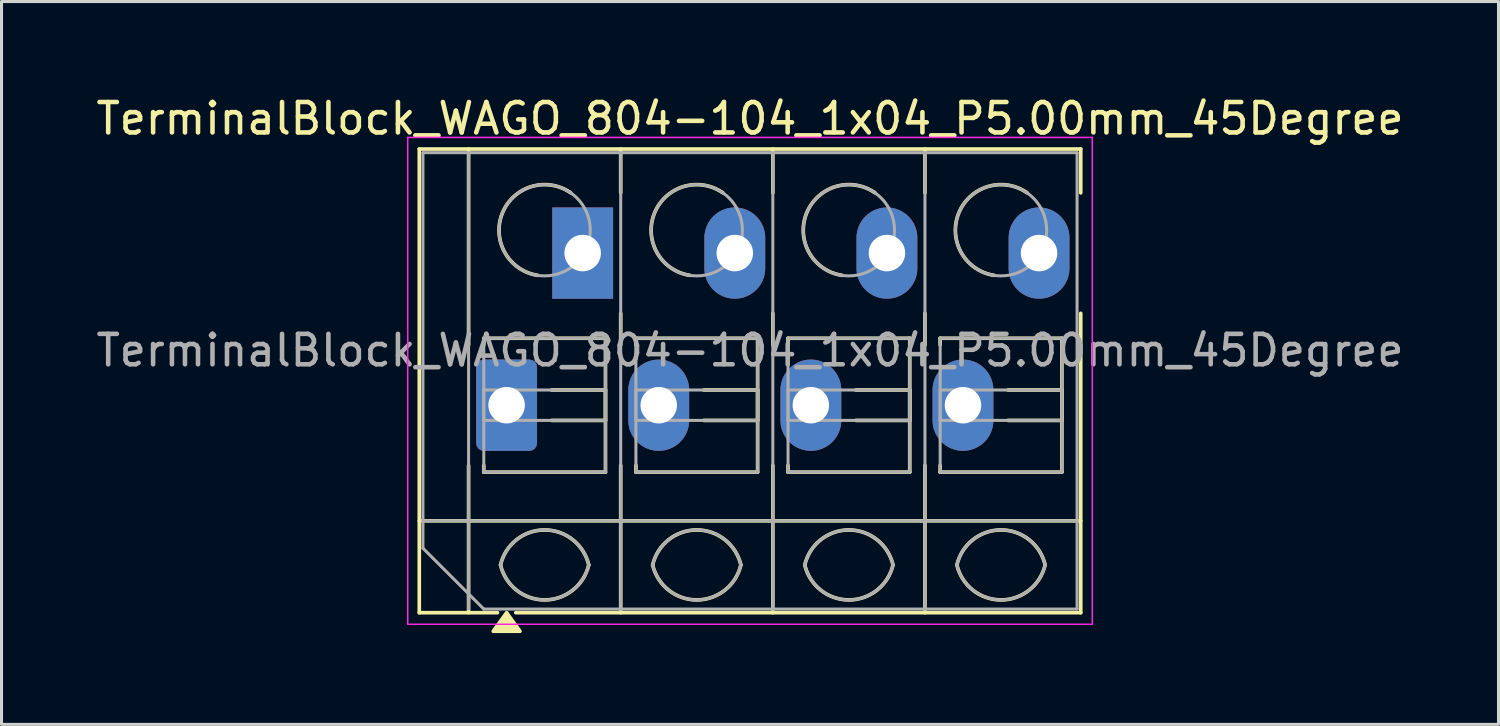
<source format=kicad_pcb>
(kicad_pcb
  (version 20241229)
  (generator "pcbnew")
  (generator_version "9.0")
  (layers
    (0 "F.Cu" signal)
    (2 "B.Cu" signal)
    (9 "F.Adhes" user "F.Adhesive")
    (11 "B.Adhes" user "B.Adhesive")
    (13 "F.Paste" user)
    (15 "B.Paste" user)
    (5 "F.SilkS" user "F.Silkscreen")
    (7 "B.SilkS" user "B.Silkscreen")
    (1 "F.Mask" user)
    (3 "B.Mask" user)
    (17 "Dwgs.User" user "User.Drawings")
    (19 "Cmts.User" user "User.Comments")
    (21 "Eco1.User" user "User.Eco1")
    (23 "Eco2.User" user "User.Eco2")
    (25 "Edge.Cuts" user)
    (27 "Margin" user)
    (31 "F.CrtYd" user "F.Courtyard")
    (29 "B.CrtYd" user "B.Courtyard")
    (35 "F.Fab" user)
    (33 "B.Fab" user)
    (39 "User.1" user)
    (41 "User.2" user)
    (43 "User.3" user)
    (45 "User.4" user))
  (footprint "TerminalBlock_WAGO_804-104_1x04_P5.00mm_45Degree"
    (layer "F.Cu")
    (at 13.601 10.268)
    (property "Reference" "TerminalBlock_WAGO_804-104_1x04_P5.00mm_45Degree" (at 8 -9.42 0) (layer "F.SilkS") (effects (font (size 1 1) (thickness 0.15))))
    (attr through_hole)
    (fp_line (start -2.87 -8.42) (end -2.87 6.82) (stroke (width 0.12) (type solid)) (layer "F.SilkS"))
    (fp_line (start -2.87 -8.42) (end 18.87 -8.42) (stroke (width 0.12) (type solid)) (layer "F.SilkS"))
    (fp_line (start -2.87 3.8) (end 18.87 3.8) (stroke (width 0.12) (type solid)) (layer "F.SilkS"))
    (fp_line (start -2.87 6.82) (end -0.3 6.82) (stroke (width 0.12) (type solid)) (layer "F.SilkS"))
    (fp_line (start -1.25 -8.42) (end -1.25 -1.98) (stroke (width 0.12) (type solid)) (layer "F.SilkS"))
    (fp_line (start -1.25 1.98) (end -1.25 6.82) (stroke (width 0.12) (type solid)) (layer "F.SilkS"))
    (fp_line (start -0.75 -2.2) (end -0.75 -1.98) (stroke (width 0.12) (type solid)) (layer "F.SilkS"))
    (fp_line (start -0.75 -2.2) (end 3.25 -2.2) (stroke (width 0.12) (type solid)) (layer "F.SilkS"))
    (fp_line (start -0.75 1.98) (end -0.75 2.2) (stroke (width 0.12) (type solid)) (layer "F.SilkS"))
    (fp_line (start -0.75 2.2) (end 3.25 2.2) (stroke (width 0.12) (type solid)) (layer "F.SilkS"))
    (fp_line (start 0.3 6.82) (end 18.87 6.82) (stroke (width 0.12) (type solid)) (layer "F.SilkS"))
    (fp_line (start 1.48 -0.5) (end 3.25 -0.5) (stroke (width 0.12) (type solid)) (layer "F.SilkS"))
    (fp_line (start 1.48 0.5) (end 3.25 0.5) (stroke (width 0.12) (type solid)) (layer "F.SilkS"))
    (fp_line (start 3.25 -2.2) (end 3.25 2.2) (stroke (width 0.12) (type solid)) (layer "F.SilkS"))
    (fp_line (start 3.25 -0.5) (end 3.25 0.5) (stroke (width 0.12) (type solid)) (layer "F.SilkS"))
    (fp_line (start 3.75 -8.42) (end 3.75 -6.98) (stroke (width 0.12) (type solid)) (layer "F.SilkS"))
    (fp_line (start 3.75 -3.02) (end 3.75 -1.98) (stroke (width 0.12) (type solid)) (layer "F.SilkS"))
    (fp_line (start 3.75 1.98) (end 3.75 6.82) (stroke (width 0.12) (type solid)) (layer "F.SilkS"))
    (fp_line (start 4.25 -2.2) (end 4.25 -1.98) (stroke (width 0.12) (type solid)) (layer "F.SilkS"))
    (fp_line (start 4.25 -2.2) (end 8.25 -2.2) (stroke (width 0.12) (type solid)) (layer "F.SilkS"))
    (fp_line (start 4.25 1.98) (end 4.25 2.2) (stroke (width 0.12) (type solid)) (layer "F.SilkS"))
    (fp_line (start 4.25 2.2) (end 8.25 2.2) (stroke (width 0.12) (type solid)) (layer "F.SilkS"))
    (fp_line (start 6.48 -0.5) (end 8.25 -0.5) (stroke (width 0.12) (type solid)) (layer "F.SilkS"))
    (fp_line (start 6.48 0.5) (end 8.25 0.5) (stroke (width 0.12) (type solid)) (layer "F.SilkS"))
    (fp_line (start 8.25 -2.2) (end 8.25 2.2) (stroke (width 0.12) (type solid)) (layer "F.SilkS"))
    (fp_line (start 8.25 -0.5) (end 8.25 0.5) (stroke (width 0.12) (type solid)) (layer "F.SilkS"))
    (fp_line (start 8.75 -8.42) (end 8.75 -6.98) (stroke (width 0.12) (type solid)) (layer "F.SilkS"))
    (fp_line (start 8.75 -3.02) (end 8.75 -1.98) (stroke (width 0.12) (type solid)) (layer "F.SilkS"))
    (fp_line (start 8.75 1.98) (end 8.75 6.82) (stroke (width 0.12) (type solid)) (layer "F.SilkS"))
    (fp_line (start 9.25 -2.2) (end 9.25 -1.98) (stroke (width 0.12) (type solid)) (layer "F.SilkS"))
    (fp_line (start 9.25 -2.2) (end 13.25 -2.2) (stroke (width 0.12) (type solid)) (layer "F.SilkS"))
    (fp_line (start 9.25 1.98) (end 9.25 2.2) (stroke (width 0.12) (type solid)) (layer "F.SilkS"))
    (fp_line (start 9.25 2.2) (end 13.25 2.2) (stroke (width 0.12) (type solid)) (layer "F.SilkS"))
    (fp_line (start 11.48 -0.5) (end 13.25 -0.5) (stroke (width 0.12) (type solid)) (layer "F.SilkS"))
    (fp_line (start 11.48 0.5) (end 13.25 0.5) (stroke (width 0.12) (type solid)) (layer "F.SilkS"))
    (fp_line (start 13.25 -2.2) (end 13.25 2.2) (stroke (width 0.12) (type solid)) (layer "F.SilkS"))
    (fp_line (start 13.25 -0.5) (end 13.25 0.5) (stroke (width 0.12) (type solid)) (layer "F.SilkS"))
    (fp_line (start 13.75 -8.42) (end 13.75 -6.98) (stroke (width 0.12) (type solid)) (layer "F.SilkS"))
    (fp_line (start 13.75 -3.02) (end 13.75 -1.98) (stroke (width 0.12) (type solid)) (layer "F.SilkS"))
    (fp_line (start 13.75 1.98) (end 13.75 6.82) (stroke (width 0.12) (type solid)) (layer "F.SilkS"))
    (fp_line (start 14.25 -2.2) (end 14.25 -1.98) (stroke (width 0.12) (type solid)) (layer "F.SilkS"))
    (fp_line (start 14.25 -2.2) (end 18.25 -2.2) (stroke (width 0.12) (type solid)) (layer "F.SilkS"))
    (fp_line (start 14.25 1.98) (end 14.25 2.2) (stroke (width 0.12) (type solid)) (layer "F.SilkS"))
    (fp_line (start 14.25 2.2) (end 18.25 2.2) (stroke (width 0.12) (type solid)) (layer "F.SilkS"))
    (fp_line (start 16.48 -0.5) (end 18.25 -0.5) (stroke (width 0.12) (type solid)) (layer "F.SilkS"))
    (fp_line (start 16.48 0.5) (end 18.25 0.5) (stroke (width 0.12) (type solid)) (layer "F.SilkS"))
    (fp_line (start 18.25 -2.2) (end 18.25 2.2) (stroke (width 0.12) (type solid)) (layer "F.SilkS"))
    (fp_line (start 18.25 -0.5) (end 18.25 0.5) (stroke (width 0.12) (type solid)) (layer "F.SilkS"))
    (fp_line (start 18.87 -8.42) (end 18.87 -6.98) (stroke (width 0.12) (type solid)) (layer "F.SilkS"))
    (fp_line (start 18.87 -3.02) (end 18.87 6.82) (stroke (width 0.12) (type solid)) (layer "F.SilkS"))
    (fp_arc (start -0.2 5.25) (mid 1.25 4.1) (end 2.7 5.25) (stroke (width 0.12) (type solid)) (layer "F.SilkS"))
    (fp_arc (start 1.02 -4.268) (mid -0.141916 -6.309209) (end 2.109 -6.98) (stroke (width 0.12) (type solid)) (layer "F.SilkS"))
    (fp_arc (start 2.7 5.25) (mid 1.25 6.4) (end -0.2 5.25) (stroke (width 0.12) (type solid)) (layer "F.SilkS"))
    (fp_arc (start 4.8 5.25) (mid 6.25 4.1) (end 7.7 5.25) (stroke (width 0.12) (type solid)) (layer "F.SilkS"))
    (fp_arc (start 6.02 -4.268) (mid 4.858084 -6.309209) (end 7.109 -6.98) (stroke (width 0.12) (type solid)) (layer "F.SilkS"))
    (fp_arc (start 7.7 5.25) (mid 6.25 6.4) (end 4.8 5.25) (stroke (width 0.12) (type solid)) (layer "F.SilkS"))
    (fp_arc (start 9.8 5.25) (mid 11.25 4.1) (end 12.7 5.25) (stroke (width 0.12) (type solid)) (layer "F.SilkS"))
    (fp_arc (start 11.02 -4.268) (mid 9.858084 -6.309209) (end 12.109 -6.98) (stroke (width 0.12) (type solid)) (layer "F.SilkS"))
    (fp_arc (start 12.7 5.25) (mid 11.25 6.4) (end 9.8 5.25) (stroke (width 0.12) (type solid)) (layer "F.SilkS"))
    (fp_arc (start 14.8 5.25) (mid 16.25 4.1) (end 17.7 5.25) (stroke (width 0.12) (type solid)) (layer "F.SilkS"))
    (fp_arc (start 16.02 -4.268) (mid 14.858084 -6.309209) (end 17.109 -6.98) (stroke (width 0.12) (type solid)) (layer "F.SilkS"))
    (fp_arc (start 17.7 5.25) (mid 16.25 6.4) (end 14.8 5.25) (stroke (width 0.12) (type solid)) (layer "F.SilkS"))
    (fp_poly (pts (xy 0 6.82) (xy 0.44 7.43) (xy -0.44 7.43)) (stroke (width 0.12) (type solid)) (fill yes) (layer "F.SilkS"))
    (fp_line (start -3.25 -8.8) (end -3.25 7.2) (stroke (width 0.05) (type solid)) (layer "F.CrtYd"))
    (fp_line (start -3.25 7.2) (end 19.25 7.2) (stroke (width 0.05) (type solid)) (layer "F.CrtYd"))
    (fp_line (start 19.25 -8.8) (end -3.25 -8.8) (stroke (width 0.05) (type solid)) (layer "F.CrtYd"))
    (fp_line (start 19.25 7.2) (end 19.25 -8.8) (stroke (width 0.05) (type solid)) (layer "F.CrtYd"))
    (fp_line (start -2.75 -8.3) (end 18.75 -8.3) (stroke (width 0.1) (type solid)) (layer "F.Fab"))
    (fp_line (start -2.75 3.8) (end 18.75 3.8) (stroke (width 0.1) (type solid)) (layer "F.Fab"))
    (fp_line (start -2.75 4.7) (end -2.75 -8.3) (stroke (width 0.1) (type solid)) (layer "F.Fab"))
    (fp_line (start -1.25 -8.3) (end -1.25 6.7) (stroke (width 0.1) (type solid)) (layer "F.Fab"))
    (fp_line (start -0.75 -2.2) (end -0.75 2.2) (stroke (width 0.1) (type solid)) (layer "F.Fab"))
    (fp_line (start -0.75 -0.5) (end -0.75 0.5) (stroke (width 0.1) (type solid)) (layer "F.Fab"))
    (fp_line (start -0.75 0.5) (end 3.25 0.5) (stroke (width 0.1) (type solid)) (layer "F.Fab"))
    (fp_line (start -0.75 2.2) (end 3.25 2.2) (stroke (width 0.1) (type solid)) (layer "F.Fab"))
    (fp_line (start -0.75 6.7) (end -2.75 4.7) (stroke (width 0.1) (type solid)) (layer "F.Fab"))
    (fp_line (start 3.25 -2.2) (end -0.75 -2.2) (stroke (width 0.1) (type solid)) (layer "F.Fab"))
    (fp_line (start 3.25 -0.5) (end -0.75 -0.5) (stroke (width 0.1) (type solid)) (layer "F.Fab"))
    (fp_line (start 3.25 0.5) (end 3.25 -0.5) (stroke (width 0.1) (type solid)) (layer "F.Fab"))
    (fp_line (start 3.25 2.2) (end 3.25 -2.2) (stroke (width 0.1) (type solid)) (layer "F.Fab"))
    (fp_line (start 3.75 -8.3) (end 3.75 6.7) (stroke (width 0.1) (type solid)) (layer "F.Fab"))
    (fp_line (start 4.25 -2.2) (end 4.25 2.2) (stroke (width 0.1) (type solid)) (layer "F.Fab"))
    (fp_line (start 4.25 -0.5) (end 4.25 0.5) (stroke (width 0.1) (type solid)) (layer "F.Fab"))
    (fp_line (start 4.25 0.5) (end 8.25 0.5) (stroke (width 0.1) (type solid)) (layer "F.Fab"))
    (fp_line (start 4.25 2.2) (end 8.25 2.2) (stroke (width 0.1) (type solid)) (layer "F.Fab"))
    (fp_line (start 8.25 -2.2) (end 4.25 -2.2) (stroke (width 0.1) (type solid)) (layer "F.Fab"))
    (fp_line (start 8.25 -0.5) (end 4.25 -0.5) (stroke (width 0.1) (type solid)) (layer "F.Fab"))
    (fp_line (start 8.25 0.5) (end 8.25 -0.5) (stroke (width 0.1) (type solid)) (layer "F.Fab"))
    (fp_line (start 8.25 2.2) (end 8.25 -2.2) (stroke (width 0.1) (type solid)) (layer "F.Fab"))
    (fp_line (start 8.75 -8.3) (end 8.75 6.7) (stroke (width 0.1) (type solid)) (layer "F.Fab"))
    (fp_line (start 9.25 -2.2) (end 9.25 2.2) (stroke (width 0.1) (type solid)) (layer "F.Fab"))
    (fp_line (start 9.25 -0.5) (end 9.25 0.5) (stroke (width 0.1) (type solid)) (layer "F.Fab"))
    (fp_line (start 9.25 0.5) (end 13.25 0.5) (stroke (width 0.1) (type solid)) (layer "F.Fab"))
    (fp_line (start 9.25 2.2) (end 13.25 2.2) (stroke (width 0.1) (type solid)) (layer "F.Fab"))
    (fp_line (start 13.25 -2.2) (end 9.25 -2.2) (stroke (width 0.1) (type solid)) (layer "F.Fab"))
    (fp_line (start 13.25 -0.5) (end 9.25 -0.5) (stroke (width 0.1) (type solid)) (layer "F.Fab"))
    (fp_line (start 13.25 0.5) (end 13.25 -0.5) (stroke (width 0.1) (type solid)) (layer "F.Fab"))
    (fp_line (start 13.25 2.2) (end 13.25 -2.2) (stroke (width 0.1) (type solid)) (layer "F.Fab"))
    (fp_line (start 13.75 -8.3) (end 13.75 6.7) (stroke (width 0.1) (type solid)) (layer "F.Fab"))
    (fp_line (start 14.25 -2.2) (end 14.25 2.2) (stroke (width 0.1) (type solid)) (layer "F.Fab"))
    (fp_line (start 14.25 -0.5) (end 14.25 0.5) (stroke (width 0.1) (type solid)) (layer "F.Fab"))
    (fp_line (start 14.25 0.5) (end 18.25 0.5) (stroke (width 0.1) (type solid)) (layer "F.Fab"))
    (fp_line (start 14.25 2.2) (end 18.25 2.2) (stroke (width 0.1) (type solid)) (layer "F.Fab"))
    (fp_line (start 18.25 -2.2) (end 14.25 -2.2) (stroke (width 0.1) (type solid)) (layer "F.Fab"))
    (fp_line (start 18.25 -0.5) (end 14.25 -0.5) (stroke (width 0.1) (type solid)) (layer "F.Fab"))
    (fp_line (start 18.25 0.5) (end 18.25 -0.5) (stroke (width 0.1) (type solid)) (layer "F.Fab"))
    (fp_line (start 18.25 2.2) (end 18.25 -2.2) (stroke (width 0.1) (type solid)) (layer "F.Fab"))
    (fp_line (start 18.75 -8.3) (end 18.75 6.7) (stroke (width 0.1) (type solid)) (layer "F.Fab"))
    (fp_line (start 18.75 6.7) (end -0.75 6.7) (stroke (width 0.1) (type solid)) (layer "F.Fab"))
    (fp_arc (start -0.2 5.25) (mid 1.25 4.1) (end 2.7 5.25) (stroke (width 0.1) (type solid)) (layer "F.Fab"))
    (fp_arc (start 2.7 5.25) (mid 1.25 6.4) (end -0.2 5.25) (stroke (width 0.1) (type solid)) (layer "F.Fab"))
    (fp_arc (start 4.8 5.25) (mid 6.25 4.1) (end 7.7 5.25) (stroke (width 0.1) (type solid)) (layer "F.Fab"))
    (fp_arc (start 7.7 5.25) (mid 6.25 6.4) (end 4.8 5.25) (stroke (width 0.1) (type solid)) (layer "F.Fab"))
    (fp_arc (start 9.8 5.25) (mid 11.25 4.1) (end 12.7 5.25) (stroke (width 0.1) (type solid)) (layer "F.Fab"))
    (fp_arc (start 12.7 5.25) (mid 11.25 6.4) (end 9.8 5.25) (stroke (width 0.1) (type solid)) (layer "F.Fab"))
    (fp_arc (start 14.8 5.25) (mid 16.25 4.1) (end 17.7 5.25) (stroke (width 0.1) (type solid)) (layer "F.Fab"))
    (fp_arc (start 17.7 5.25) (mid 16.25 6.4) (end 14.8 5.25) (stroke (width 0.1) (type solid)) (layer "F.Fab"))
    (fp_circle (center 1.25 -5.75) (end 2.75 -5.75) (stroke (width 0.1) (type solid)) (fill no) (layer "F.Fab"))
    (fp_circle (center 6.25 -5.75) (end 7.75 -5.75) (stroke (width 0.1) (type solid)) (fill no) (layer "F.Fab"))
    (fp_circle (center 11.25 -5.75) (end 12.75 -5.75) (stroke (width 0.1) (type solid)) (fill no) (layer "F.Fab"))
    (fp_circle (center 16.25 -5.75) (end 17.75 -5.75) (stroke (width 0.1) (type solid)) (fill no) (layer "F.Fab"))
    (fp_text user "${REFERENCE}" (at 8 -1.8 0) (layer "F.Fab") (effects (font (size 1 1) (thickness 0.15))))
    (pad "1" thru_hole roundrect (at 0 0) (size 2 3) (drill 1.2) (layers "*.Cu" "*.Mask") (roundrect_rratio 0.125))
    (pad "1" thru_hole rect (at 2.5 -5) (size 2 3) (drill 1.2) (layers "*.Cu" "*.Mask"))
    (pad "2" thru_hole oval (at 5 0) (size 2 3) (drill 1.2) (layers "*.Cu" "*.Mask"))
    (pad "2" thru_hole oval (at 7.5 -5) (size 2 3) (drill 1.2) (layers "*.Cu" "*.Mask"))
    (pad "3" thru_hole oval (at 10 0) (size 2 3) (drill 1.2) (layers "*.Cu" "*.Mask"))
    (pad "3" thru_hole oval (at 12.5 -5) (size 2 3) (drill 1.2) (layers "*.Cu" "*.Mask"))
    (pad "4" thru_hole oval (at 15 0) (size 2 3) (drill 1.2) (layers "*.Cu" "*.Mask"))
    (pad "4" thru_hole oval (at 17.5 -5) (size 2 3) (drill 1.2) (layers "*.Cu" "*.Mask")))
  (gr_rect
    (start -3 -3)
    (end 46.202 20.758)
    (stroke (width 0.1) (type default))
    (fill no)
    (layer "Edge.Cuts")))
</source>
